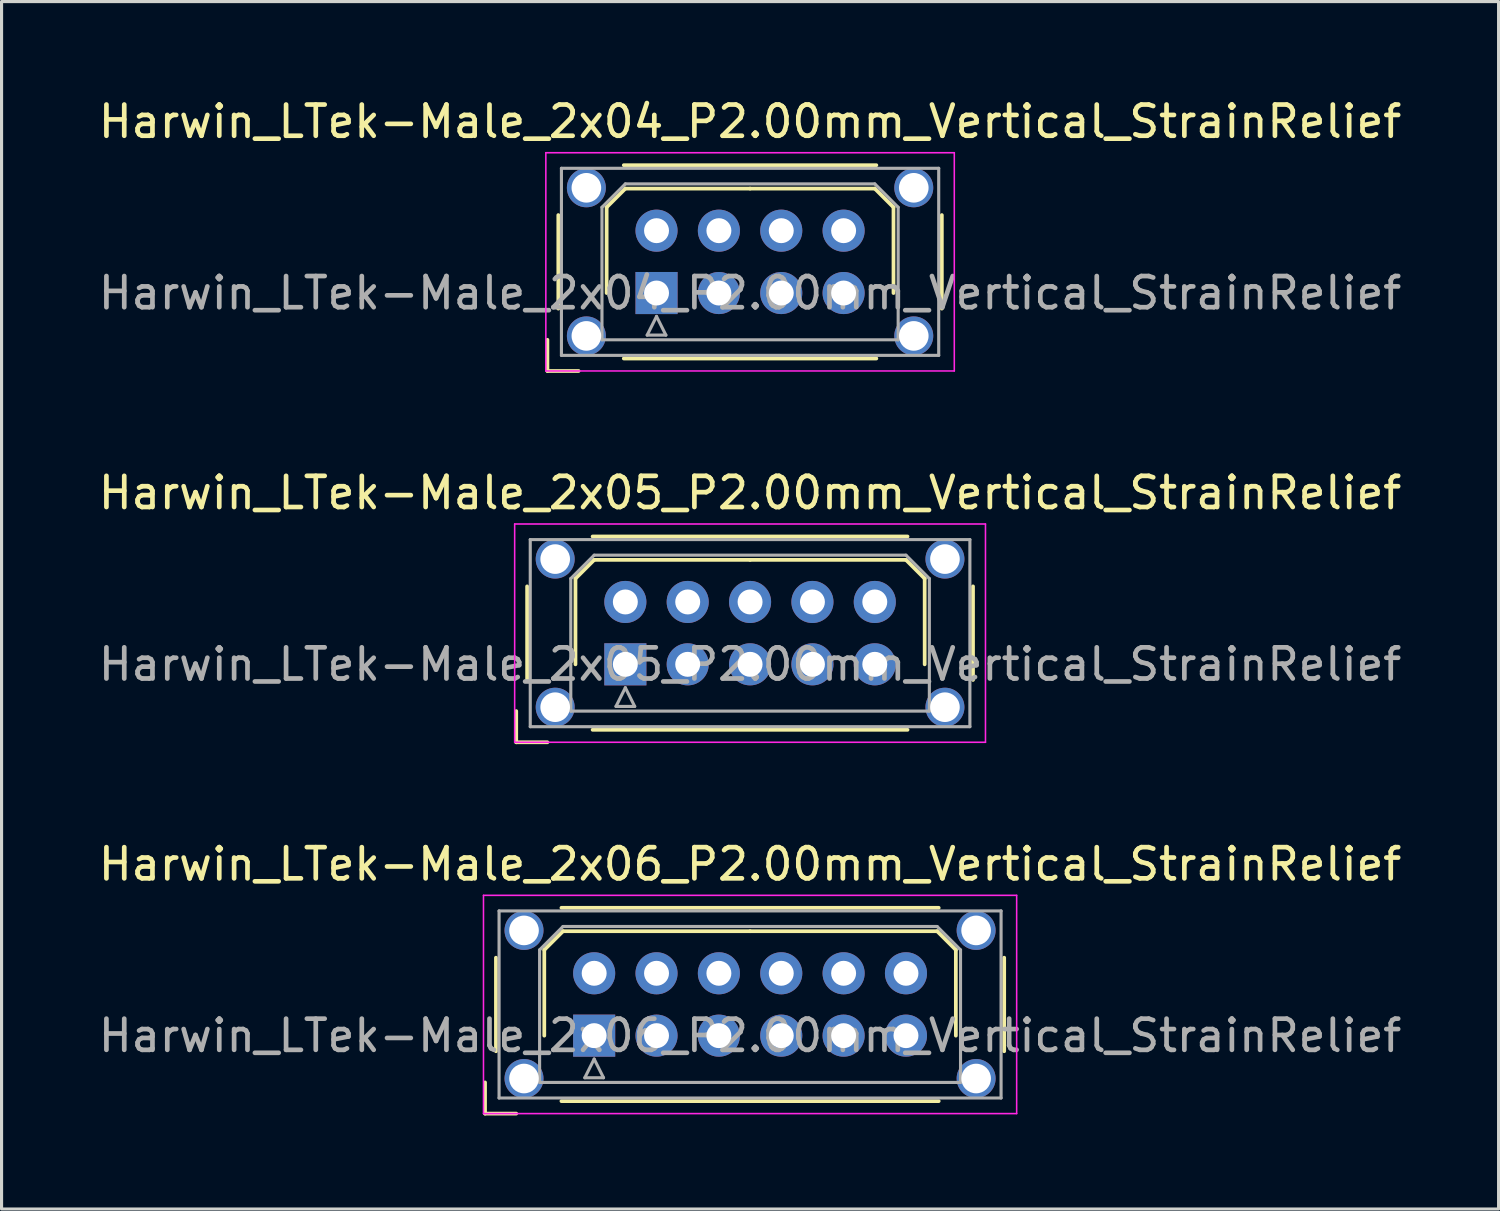
<source format=kicad_pcb>
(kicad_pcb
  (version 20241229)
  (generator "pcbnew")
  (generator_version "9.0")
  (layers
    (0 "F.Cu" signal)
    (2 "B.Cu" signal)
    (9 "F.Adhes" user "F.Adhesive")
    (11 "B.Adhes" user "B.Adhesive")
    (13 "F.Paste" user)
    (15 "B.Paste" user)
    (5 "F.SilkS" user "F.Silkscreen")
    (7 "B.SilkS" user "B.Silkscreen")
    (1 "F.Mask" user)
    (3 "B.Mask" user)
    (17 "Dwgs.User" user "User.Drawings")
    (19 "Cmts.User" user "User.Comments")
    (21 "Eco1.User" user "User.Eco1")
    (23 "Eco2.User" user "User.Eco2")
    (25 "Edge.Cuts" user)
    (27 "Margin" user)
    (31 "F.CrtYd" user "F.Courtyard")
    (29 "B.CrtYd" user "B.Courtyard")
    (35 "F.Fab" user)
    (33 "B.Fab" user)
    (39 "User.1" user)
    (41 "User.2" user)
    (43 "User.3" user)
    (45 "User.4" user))
  (footprint "Harwin_LTek-Male_2x06_P2.00mm_Vertical_StrainRelief"
    (layer "F.Cu")
    (at 16.006 30.165)
    (property "Reference" "Harwin_LTek-Male_2x06_P2.00mm_Vertical_StrainRelief" (at 5 -5.5 0) (layer "F.SilkS") (effects (font (size 1 1) (thickness 0.15))))
    (attr through_hole)
    (fp_line (start -3.5 1.5) (end -3.5 2.5) (stroke (width 0.12) (type solid)) (layer "F.SilkS"))
    (fp_line (start -3.5 2.5) (end -2.5 2.5) (stroke (width 0.12) (type solid)) (layer "F.SilkS"))
    (fp_line (start -3.15 -2.5) (end -3.15 0.5) (stroke (width 0.12) (type solid)) (layer "F.SilkS"))
    (fp_line (start -1.6 -2.75) (end -1 -3.35) (stroke (width 0.12) (type solid)) (layer "F.SilkS"))
    (fp_line (start -1.6 0) (end -1.6 -2.75) (stroke (width 0.12) (type solid)) (layer "F.SilkS"))
    (fp_line (start -1.05 -4.1) (end 11.05 -4.1) (stroke (width 0.12) (type solid)) (layer "F.SilkS"))
    (fp_line (start -1.05 2.1) (end 11.05 2.1) (stroke (width 0.12) (type solid)) (layer "F.SilkS"))
    (fp_line (start -1 -3.35) (end 5 -3.35) (stroke (width 0.12) (type solid)) (layer "F.SilkS"))
    (fp_line (start 11 -3.35) (end 5 -3.35) (stroke (width 0.12) (type solid)) (layer "F.SilkS"))
    (fp_line (start 11.6 -2.75) (end 11 -3.35) (stroke (width 0.12) (type solid)) (layer "F.SilkS"))
    (fp_line (start 11.6 0) (end 11.6 -2.75) (stroke (width 0.12) (type solid)) (layer "F.SilkS"))
    (fp_line (start 13.15 -2.5) (end 13.15 0.5) (stroke (width 0.12) (type solid)) (layer "F.SilkS"))
    (fp_line (start -3.55 -4.5) (end -3.55 2.5) (stroke (width 0.05) (type solid)) (layer "F.CrtYd"))
    (fp_line (start -3.55 2.5) (end 13.55 2.5) (stroke (width 0.05) (type solid)) (layer "F.CrtYd"))
    (fp_line (start 13.55 -4.5) (end -3.55 -4.5) (stroke (width 0.05) (type solid)) (layer "F.CrtYd"))
    (fp_line (start 13.55 2.5) (end 13.55 -4.5) (stroke (width 0.05) (type solid)) (layer "F.CrtYd"))
    (fp_line (start -3.05 -4) (end -3.05 2) (stroke (width 0.1) (type solid)) (layer "F.Fab"))
    (fp_line (start -3.05 2) (end 13.05 2) (stroke (width 0.1) (type solid)) (layer "F.Fab"))
    (fp_line (start -1.75 -2.75) (end -1 -3.5) (stroke (width 0.1) (type solid)) (layer "F.Fab"))
    (fp_line (start -1.75 1.5) (end -1.75 -2.75) (stroke (width 0.1) (type solid)) (layer "F.Fab"))
    (fp_line (start -1 -3.5) (end 11 -3.5) (stroke (width 0.1) (type solid)) (layer "F.Fab"))
    (fp_line (start -0.3 1.35) (end 0.3 1.35) (stroke (width 0.1) (type solid)) (layer "F.Fab"))
    (fp_line (start 0 0.75) (end -0.3 1.35) (stroke (width 0.1) (type solid)) (layer "F.Fab"))
    (fp_line (start 0.3 1.35) (end 0 0.75) (stroke (width 0.1) (type solid)) (layer "F.Fab"))
    (fp_line (start 11 -3.5) (end 11.75 -2.75) (stroke (width 0.1) (type solid)) (layer "F.Fab"))
    (fp_line (start 11.75 -2.75) (end 11.75 1.5) (stroke (width 0.1) (type solid)) (layer "F.Fab"))
    (fp_line (start 11.75 1.5) (end -1.75 1.5) (stroke (width 0.1) (type solid)) (layer "F.Fab"))
    (fp_line (start 13.05 -4) (end -3.05 -4) (stroke (width 0.1) (type solid)) (layer "F.Fab"))
    (fp_line (start 13.05 2) (end 13.05 -4) (stroke (width 0.1) (type solid)) (layer "F.Fab"))
    (fp_text user "${REFERENCE}" (at 5 0 0) (layer "F.Fab") (effects (font (size 1 1) (thickness 0.15))))
    (pad "" thru_hole circle (at -2.25 -3.375) (size 1.25 1.25) (drill 0.95) (layers "*.Cu" "*.Mask"))
    (pad "" thru_hole circle (at -2.25 1.375) (size 1.25 1.25) (drill 0.95) (layers "*.Cu" "*.Mask"))
    (pad "" thru_hole circle (at 12.25 -3.375) (size 1.25 1.25) (drill 0.95) (layers "*.Cu" "*.Mask"))
    (pad "" thru_hole circle (at 12.25 1.375) (size 1.25 1.25) (drill 0.95) (layers "*.Cu" "*.Mask"))
    (pad "1" thru_hole rect (at 0 0) (size 1.35 1.35) (drill 0.8) (layers "*.Cu" "*.Mask"))
    (pad "2" thru_hole circle (at 0 -2) (size 1.35 1.35) (drill 0.8) (layers "*.Cu" "*.Mask"))
    (pad "3" thru_hole circle (at 2 0) (size 1.35 1.35) (drill 0.8) (layers "*.Cu" "*.Mask"))
    (pad "4" thru_hole circle (at 2 -2) (size 1.35 1.35) (drill 0.8) (layers "*.Cu" "*.Mask"))
    (pad "5" thru_hole circle (at 4 0) (size 1.35 1.35) (drill 0.8) (layers "*.Cu" "*.Mask"))
    (pad "6" thru_hole circle (at 4 -2) (size 1.35 1.35) (drill 0.8) (layers "*.Cu" "*.Mask"))
    (pad "7" thru_hole circle (at 6 0) (size 1.35 1.35) (drill 0.8) (layers "*.Cu" "*.Mask"))
    (pad "8" thru_hole circle (at 6 -2) (size 1.35 1.35) (drill 0.8) (layers "*.Cu" "*.Mask"))
    (pad "9" thru_hole circle (at 8 0) (size 1.35 1.35) (drill 0.8) (layers "*.Cu" "*.Mask"))
    (pad "10" thru_hole circle (at 8 -2) (size 1.35 1.35) (drill 0.8) (layers "*.Cu" "*.Mask"))
    (pad "11" thru_hole circle (at 10 0) (size 1.35 1.35) (drill 0.8) (layers "*.Cu" "*.Mask"))
    (pad "12" thru_hole circle (at 10 -2) (size 1.35 1.35) (drill 0.8) (layers "*.Cu" "*.Mask")))
  (footprint "Harwin_LTek-Male_2x04_P2.00mm_Vertical_StrainRelief"
    (layer "F.Cu")
    (at 18.006 6.348)
    (property "Reference" "Harwin_LTek-Male_2x04_P2.00mm_Vertical_StrainRelief" (at 3 -5.5 0) (layer "F.SilkS") (effects (font (size 1 1) (thickness 0.15))))
    (attr through_hole)
    (fp_line (start -3.5 1.5) (end -3.5 2.5) (stroke (width 0.12) (type solid)) (layer "F.SilkS"))
    (fp_line (start -3.5 2.5) (end -2.5 2.5) (stroke (width 0.12) (type solid)) (layer "F.SilkS"))
    (fp_line (start -3.15 -2.5) (end -3.15 0.5) (stroke (width 0.12) (type solid)) (layer "F.SilkS"))
    (fp_line (start -1.6 -2.75) (end -1 -3.35) (stroke (width 0.12) (type solid)) (layer "F.SilkS"))
    (fp_line (start -1.6 0) (end -1.6 -2.75) (stroke (width 0.12) (type solid)) (layer "F.SilkS"))
    (fp_line (start -1.05 -4.1) (end 7.05 -4.1) (stroke (width 0.12) (type solid)) (layer "F.SilkS"))
    (fp_line (start -1.05 2.1) (end 7.05 2.1) (stroke (width 0.12) (type solid)) (layer "F.SilkS"))
    (fp_line (start -1 -3.35) (end 3 -3.35) (stroke (width 0.12) (type solid)) (layer "F.SilkS"))
    (fp_line (start 7 -3.35) (end 3 -3.35) (stroke (width 0.12) (type solid)) (layer "F.SilkS"))
    (fp_line (start 7.6 -2.75) (end 7 -3.35) (stroke (width 0.12) (type solid)) (layer "F.SilkS"))
    (fp_line (start 7.6 0) (end 7.6 -2.75) (stroke (width 0.12) (type solid)) (layer "F.SilkS"))
    (fp_line (start 9.15 -2.5) (end 9.15 0.5) (stroke (width 0.12) (type solid)) (layer "F.SilkS"))
    (fp_line (start -3.55 -4.5) (end -3.55 2.5) (stroke (width 0.05) (type solid)) (layer "F.CrtYd"))
    (fp_line (start -3.55 2.5) (end 9.55 2.5) (stroke (width 0.05) (type solid)) (layer "F.CrtYd"))
    (fp_line (start 9.55 -4.5) (end -3.55 -4.5) (stroke (width 0.05) (type solid)) (layer "F.CrtYd"))
    (fp_line (start 9.55 2.5) (end 9.55 -4.5) (stroke (width 0.05) (type solid)) (layer "F.CrtYd"))
    (fp_line (start -3.05 -4) (end -3.05 2) (stroke (width 0.1) (type solid)) (layer "F.Fab"))
    (fp_line (start -3.05 2) (end 9.05 2) (stroke (width 0.1) (type solid)) (layer "F.Fab"))
    (fp_line (start -1.75 -2.75) (end -1 -3.5) (stroke (width 0.1) (type solid)) (layer "F.Fab"))
    (fp_line (start -1.75 1.5) (end -1.75 -2.75) (stroke (width 0.1) (type solid)) (layer "F.Fab"))
    (fp_line (start -1 -3.5) (end 7 -3.5) (stroke (width 0.1) (type solid)) (layer "F.Fab"))
    (fp_line (start -0.3 1.35) (end 0.3 1.35) (stroke (width 0.1) (type solid)) (layer "F.Fab"))
    (fp_line (start 0 0.75) (end -0.3 1.35) (stroke (width 0.1) (type solid)) (layer "F.Fab"))
    (fp_line (start 0.3 1.35) (end 0 0.75) (stroke (width 0.1) (type solid)) (layer "F.Fab"))
    (fp_line (start 7 -3.5) (end 7.75 -2.75) (stroke (width 0.1) (type solid)) (layer "F.Fab"))
    (fp_line (start 7.75 -2.75) (end 7.75 1.5) (stroke (width 0.1) (type solid)) (layer "F.Fab"))
    (fp_line (start 7.75 1.5) (end -1.75 1.5) (stroke (width 0.1) (type solid)) (layer "F.Fab"))
    (fp_line (start 9.05 -4) (end -3.05 -4) (stroke (width 0.1) (type solid)) (layer "F.Fab"))
    (fp_line (start 9.05 2) (end 9.05 -4) (stroke (width 0.1) (type solid)) (layer "F.Fab"))
    (fp_text user "${REFERENCE}" (at 3 0 0) (layer "F.Fab") (effects (font (size 1 1) (thickness 0.15))))
    (pad "" thru_hole circle (at -2.25 -3.375) (size 1.25 1.25) (drill 0.95) (layers "*.Cu" "*.Mask"))
    (pad "" thru_hole circle (at -2.25 1.375) (size 1.25 1.25) (drill 0.95) (layers "*.Cu" "*.Mask"))
    (pad "" thru_hole circle (at 8.25 -3.375) (size 1.25 1.25) (drill 0.95) (layers "*.Cu" "*.Mask"))
    (pad "" thru_hole circle (at 8.25 1.375) (size 1.25 1.25) (drill 0.95) (layers "*.Cu" "*.Mask"))
    (pad "1" thru_hole rect (at 0 0) (size 1.35 1.35) (drill 0.8) (layers "*.Cu" "*.Mask"))
    (pad "2" thru_hole circle (at 0 -2) (size 1.35 1.35) (drill 0.8) (layers "*.Cu" "*.Mask"))
    (pad "3" thru_hole circle (at 2 0) (size 1.35 1.35) (drill 0.8) (layers "*.Cu" "*.Mask"))
    (pad "4" thru_hole circle (at 2 -2) (size 1.35 1.35) (drill 0.8) (layers "*.Cu" "*.Mask"))
    (pad "5" thru_hole circle (at 4 0) (size 1.35 1.35) (drill 0.8) (layers "*.Cu" "*.Mask"))
    (pad "6" thru_hole circle (at 4 -2) (size 1.35 1.35) (drill 0.8) (layers "*.Cu" "*.Mask"))
    (pad "7" thru_hole circle (at 6 0) (size 1.35 1.35) (drill 0.8) (layers "*.Cu" "*.Mask"))
    (pad "8" thru_hole circle (at 6 -2) (size 1.35 1.35) (drill 0.8) (layers "*.Cu" "*.Mask")))
  (footprint "Harwin_LTek-Male_2x05_P2.00mm_Vertical_StrainRelief"
    (layer "F.Cu")
    (at 17.006 18.256)
    (property "Reference" "Harwin_LTek-Male_2x05_P2.00mm_Vertical_StrainRelief" (at 4 -5.5 0) (layer "F.SilkS") (effects (font (size 1 1) (thickness 0.15))))
    (attr through_hole)
    (fp_line (start -3.5 1.5) (end -3.5 2.5) (stroke (width 0.12) (type solid)) (layer "F.SilkS"))
    (fp_line (start -3.5 2.5) (end -2.5 2.5) (stroke (width 0.12) (type solid)) (layer "F.SilkS"))
    (fp_line (start -3.15 -2.5) (end -3.15 0.5) (stroke (width 0.12) (type solid)) (layer "F.SilkS"))
    (fp_line (start -1.6 -2.75) (end -1 -3.35) (stroke (width 0.12) (type solid)) (layer "F.SilkS"))
    (fp_line (start -1.6 0) (end -1.6 -2.75) (stroke (width 0.12) (type solid)) (layer "F.SilkS"))
    (fp_line (start -1.05 -4.1) (end 9.05 -4.1) (stroke (width 0.12) (type solid)) (layer "F.SilkS"))
    (fp_line (start -1.05 2.1) (end 9.05 2.1) (stroke (width 0.12) (type solid)) (layer "F.SilkS"))
    (fp_line (start -1 -3.35) (end 4 -3.35) (stroke (width 0.12) (type solid)) (layer "F.SilkS"))
    (fp_line (start 9 -3.35) (end 4 -3.35) (stroke (width 0.12) (type solid)) (layer "F.SilkS"))
    (fp_line (start 9.6 -2.75) (end 9 -3.35) (stroke (width 0.12) (type solid)) (layer "F.SilkS"))
    (fp_line (start 9.6 0) (end 9.6 -2.75) (stroke (width 0.12) (type solid)) (layer "F.SilkS"))
    (fp_line (start 11.15 -2.5) (end 11.15 0.5) (stroke (width 0.12) (type solid)) (layer "F.SilkS"))
    (fp_line (start -3.55 -4.5) (end -3.55 2.5) (stroke (width 0.05) (type solid)) (layer "F.CrtYd"))
    (fp_line (start -3.55 2.5) (end 11.55 2.5) (stroke (width 0.05) (type solid)) (layer "F.CrtYd"))
    (fp_line (start 11.55 -4.5) (end -3.55 -4.5) (stroke (width 0.05) (type solid)) (layer "F.CrtYd"))
    (fp_line (start 11.55 2.5) (end 11.55 -4.5) (stroke (width 0.05) (type solid)) (layer "F.CrtYd"))
    (fp_line (start -3.05 -4) (end -3.05 2) (stroke (width 0.1) (type solid)) (layer "F.Fab"))
    (fp_line (start -3.05 2) (end 11.05 2) (stroke (width 0.1) (type solid)) (layer "F.Fab"))
    (fp_line (start -1.75 -2.75) (end -1 -3.5) (stroke (width 0.1) (type solid)) (layer "F.Fab"))
    (fp_line (start -1.75 1.5) (end -1.75 -2.75) (stroke (width 0.1) (type solid)) (layer "F.Fab"))
    (fp_line (start -1 -3.5) (end 9 -3.5) (stroke (width 0.1) (type solid)) (layer "F.Fab"))
    (fp_line (start -0.3 1.35) (end 0.3 1.35) (stroke (width 0.1) (type solid)) (layer "F.Fab"))
    (fp_line (start 0 0.75) (end -0.3 1.35) (stroke (width 0.1) (type solid)) (layer "F.Fab"))
    (fp_line (start 0.3 1.35) (end 0 0.75) (stroke (width 0.1) (type solid)) (layer "F.Fab"))
    (fp_line (start 9 -3.5) (end 9.75 -2.75) (stroke (width 0.1) (type solid)) (layer "F.Fab"))
    (fp_line (start 9.75 -2.75) (end 9.75 1.5) (stroke (width 0.1) (type solid)) (layer "F.Fab"))
    (fp_line (start 9.75 1.5) (end -1.75 1.5) (stroke (width 0.1) (type solid)) (layer "F.Fab"))
    (fp_line (start 11.05 -4) (end -3.05 -4) (stroke (width 0.1) (type solid)) (layer "F.Fab"))
    (fp_line (start 11.05 2) (end 11.05 -4) (stroke (width 0.1) (type solid)) (layer "F.Fab"))
    (fp_text user "${REFERENCE}" (at 4 0 0) (layer "F.Fab") (effects (font (size 1 1) (thickness 0.15))))
    (pad "" thru_hole circle (at -2.25 -3.375) (size 1.25 1.25) (drill 0.95) (layers "*.Cu" "*.Mask"))
    (pad "" thru_hole circle (at -2.25 1.375) (size 1.25 1.25) (drill 0.95) (layers "*.Cu" "*.Mask"))
    (pad "" thru_hole circle (at 10.25 -3.375) (size 1.25 1.25) (drill 0.95) (layers "*.Cu" "*.Mask"))
    (pad "" thru_hole circle (at 10.25 1.375) (size 1.25 1.25) (drill 0.95) (layers "*.Cu" "*.Mask"))
    (pad "1" thru_hole rect (at 0 0) (size 1.35 1.35) (drill 0.8) (layers "*.Cu" "*.Mask"))
    (pad "2" thru_hole circle (at 0 -2) (size 1.35 1.35) (drill 0.8) (layers "*.Cu" "*.Mask"))
    (pad "3" thru_hole circle (at 2 0) (size 1.35 1.35) (drill 0.8) (layers "*.Cu" "*.Mask"))
    (pad "4" thru_hole circle (at 2 -2) (size 1.35 1.35) (drill 0.8) (layers "*.Cu" "*.Mask"))
    (pad "5" thru_hole circle (at 4 0) (size 1.35 1.35) (drill 0.8) (layers "*.Cu" "*.Mask"))
    (pad "6" thru_hole circle (at 4 -2) (size 1.35 1.35) (drill 0.8) (layers "*.Cu" "*.Mask"))
    (pad "7" thru_hole circle (at 6 0) (size 1.35 1.35) (drill 0.8) (layers "*.Cu" "*.Mask"))
    (pad "8" thru_hole circle (at 6 -2) (size 1.35 1.35) (drill 0.8) (layers "*.Cu" "*.Mask"))
    (pad "9" thru_hole circle (at 8 0) (size 1.35 1.35) (drill 0.8) (layers "*.Cu" "*.Mask"))
    (pad "10" thru_hole circle (at 8 -2) (size 1.35 1.35) (drill 0.8) (layers "*.Cu" "*.Mask")))
  (gr_rect
    (start -3 -3)
    (end 45.012 35.725)
    (stroke (width 0.1) (type default))
    (fill no)
    (layer "Edge.Cuts")))
</source>
